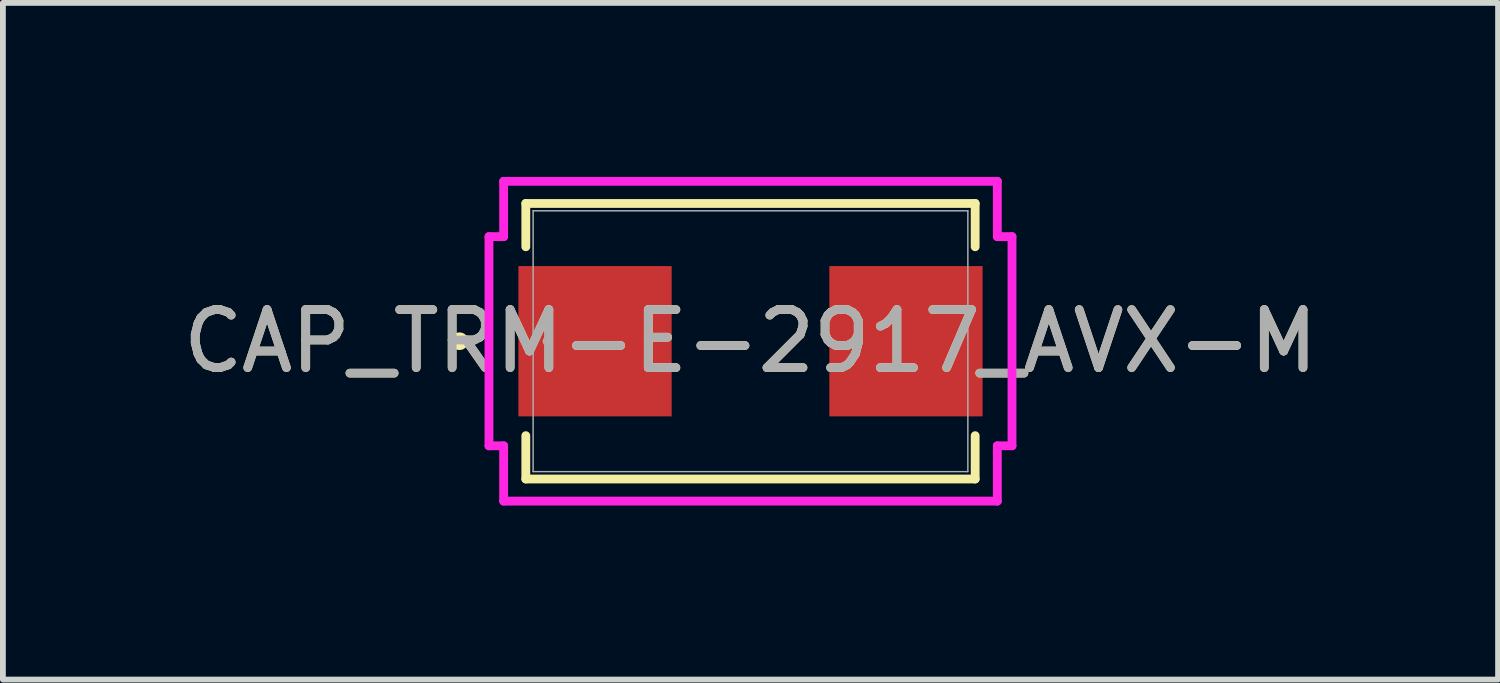
<source format=kicad_pcb>
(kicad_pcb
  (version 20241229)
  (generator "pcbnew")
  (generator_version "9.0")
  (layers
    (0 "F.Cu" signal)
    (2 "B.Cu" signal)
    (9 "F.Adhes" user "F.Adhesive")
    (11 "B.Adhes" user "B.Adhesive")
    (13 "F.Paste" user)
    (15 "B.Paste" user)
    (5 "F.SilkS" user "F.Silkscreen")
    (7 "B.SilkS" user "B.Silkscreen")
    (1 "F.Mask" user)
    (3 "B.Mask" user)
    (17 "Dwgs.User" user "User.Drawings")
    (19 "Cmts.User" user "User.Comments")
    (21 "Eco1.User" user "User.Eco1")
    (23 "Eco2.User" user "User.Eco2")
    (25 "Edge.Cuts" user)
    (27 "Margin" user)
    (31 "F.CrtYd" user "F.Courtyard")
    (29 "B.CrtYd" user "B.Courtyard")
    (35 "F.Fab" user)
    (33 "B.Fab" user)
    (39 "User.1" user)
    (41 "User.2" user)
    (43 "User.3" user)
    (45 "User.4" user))
  (footprint "CAP_TRM-E-2917_AVX-M"
    (layer "F.Cu")
    (at 9.887 2.832)
    (property "Reference" "CAP_TRM-E-2917_AVX-M" (at 0 0 0) (unlocked yes) (layer "F.SilkS") (effects (font (size 1 1) (thickness 0.15))))
    (attr smd)
    (fp_line (start -3.873 -2.375) (end -3.873 -1.628) (stroke (width 0.152) (type solid)) (layer "F.SilkS"))
    (fp_line (start -3.873 1.628) (end -3.873 2.375) (stroke (width 0.152) (type solid)) (layer "F.SilkS"))
    (fp_line (start -3.873 2.375) (end 3.873 2.375) (stroke (width 0.152) (type solid)) (layer "F.SilkS"))
    (fp_line (start 3.873 -2.375) (end -3.873 -2.375) (stroke (width 0.152) (type solid)) (layer "F.SilkS"))
    (fp_line (start 3.873 -1.628) (end 3.873 -2.375) (stroke (width 0.152) (type solid)) (layer "F.SilkS"))
    (fp_line (start 3.873 2.375) (end 3.873 1.628) (stroke (width 0.152) (type solid)) (layer "F.SilkS"))
    (fp_circle (center -5.016 0) (end -4.94 0) (stroke (width 0.152) (type solid)) (fill no) (layer "F.SilkS"))
    (fp_line (start -4.508 -1.803) (end -4.255 -1.803) (stroke (width 0.152) (type solid)) (layer "F.CrtYd"))
    (fp_line (start -4.508 1.803) (end -4.508 -1.803) (stroke (width 0.152) (type solid)) (layer "F.CrtYd"))
    (fp_line (start -4.255 -2.756) (end 4.255 -2.756) (stroke (width 0.152) (type solid)) (layer "F.CrtYd"))
    (fp_line (start -4.255 -1.803) (end -4.255 -2.756) (stroke (width 0.152) (type solid)) (layer "F.CrtYd"))
    (fp_line (start -4.255 1.803) (end -4.508 1.803) (stroke (width 0.152) (type solid)) (layer "F.CrtYd"))
    (fp_line (start -4.255 2.756) (end -4.255 1.803) (stroke (width 0.152) (type solid)) (layer "F.CrtYd"))
    (fp_line (start 4.255 -2.756) (end 4.255 -1.803) (stroke (width 0.152) (type solid)) (layer "F.CrtYd"))
    (fp_line (start 4.255 -1.803) (end 4.508 -1.803) (stroke (width 0.152) (type solid)) (layer "F.CrtYd"))
    (fp_line (start 4.255 1.803) (end 4.255 2.756) (stroke (width 0.152) (type solid)) (layer "F.CrtYd"))
    (fp_line (start 4.255 2.756) (end -4.255 2.756) (stroke (width 0.152) (type solid)) (layer "F.CrtYd"))
    (fp_line (start 4.508 -1.803) (end 4.508 1.803) (stroke (width 0.152) (type solid)) (layer "F.CrtYd"))
    (fp_line (start 4.508 1.803) (end 4.255 1.803) (stroke (width 0.152) (type solid)) (layer "F.CrtYd"))
    (fp_line (start -3.747 -2.248) (end -3.747 2.248) (stroke (width 0.025) (type solid)) (layer "F.Fab"))
    (fp_line (start -3.747 2.248) (end 3.747 2.248) (stroke (width 0.025) (type solid)) (layer "F.Fab"))
    (fp_line (start 3.747 -2.248) (end -3.747 -2.248) (stroke (width 0.025) (type solid)) (layer "F.Fab"))
    (fp_line (start 3.747 2.248) (end 3.747 -2.248) (stroke (width 0.025) (type solid)) (layer "F.Fab"))
    (fp_circle (center -3.493 0) (end -3.416 0) (stroke (width 0.025) (type solid)) (fill no) (layer "F.Fab"))
    (fp_text user "${REFERENCE}" (at 0 0 0) (unlocked yes) (layer "F.Fab") (effects (font (size 1 1) (thickness 0.15))))
    (pad "1" smd rect (at -2.68 0 90) (size 2.591 2.642) (layers "F.Cu" "F.Mask" "F.Paste"))
    (pad "2" smd rect (at 2.68 0 90) (size 2.591 2.642) (layers "F.Cu" "F.Mask" "F.Paste"))
    (zone (net_name "") (layer "F.Cu") (hatch full 0.508) (connect_pads) (min_thickness 0.254) (filled_areas_thickness no) (keepout (tracks not_allowed) (vias not_allowed) (pads allowed) (copperpour not_allowed) (footprints allowed)) (placement (enabled no)) (fill) (polygon (pts (xy 6.191 0.635) (xy 13.583 0.635) (xy 13.583 1.486) (xy 6.191 1.486))))
    (zone (net_name "") (layer "F.Cu") (hatch full 0.508) (connect_pads) (min_thickness 0.254) (filled_areas_thickness no) (keepout (tracks not_allowed) (vias not_allowed) (pads allowed) (copperpour not_allowed) (footprints allowed)) (placement (enabled no)) (fill) (polygon (pts (xy 6.191 4.178) (xy 13.583 4.178) (xy 13.583 5.029) (xy 6.191 5.029))))
    (zone (net_name "") (layer "F.Cu") (hatch full 0.508) (connect_pads) (min_thickness 0.254) (filled_areas_thickness no) (keepout (tracks not_allowed) (vias not_allowed) (pads allowed) (copperpour not_allowed) (footprints allowed)) (placement (enabled no)) (fill) (polygon (pts (xy 8.579 1.486) (xy 11.195 1.486) (xy 11.195 4.178) (xy 8.579 4.178)))))
  (gr_rect
    (start -3 -3)
    (end 22.774 8.664)
    (stroke (width 0.1) (type default))
    (fill no)
    (layer "Edge.Cuts")))
</source>
